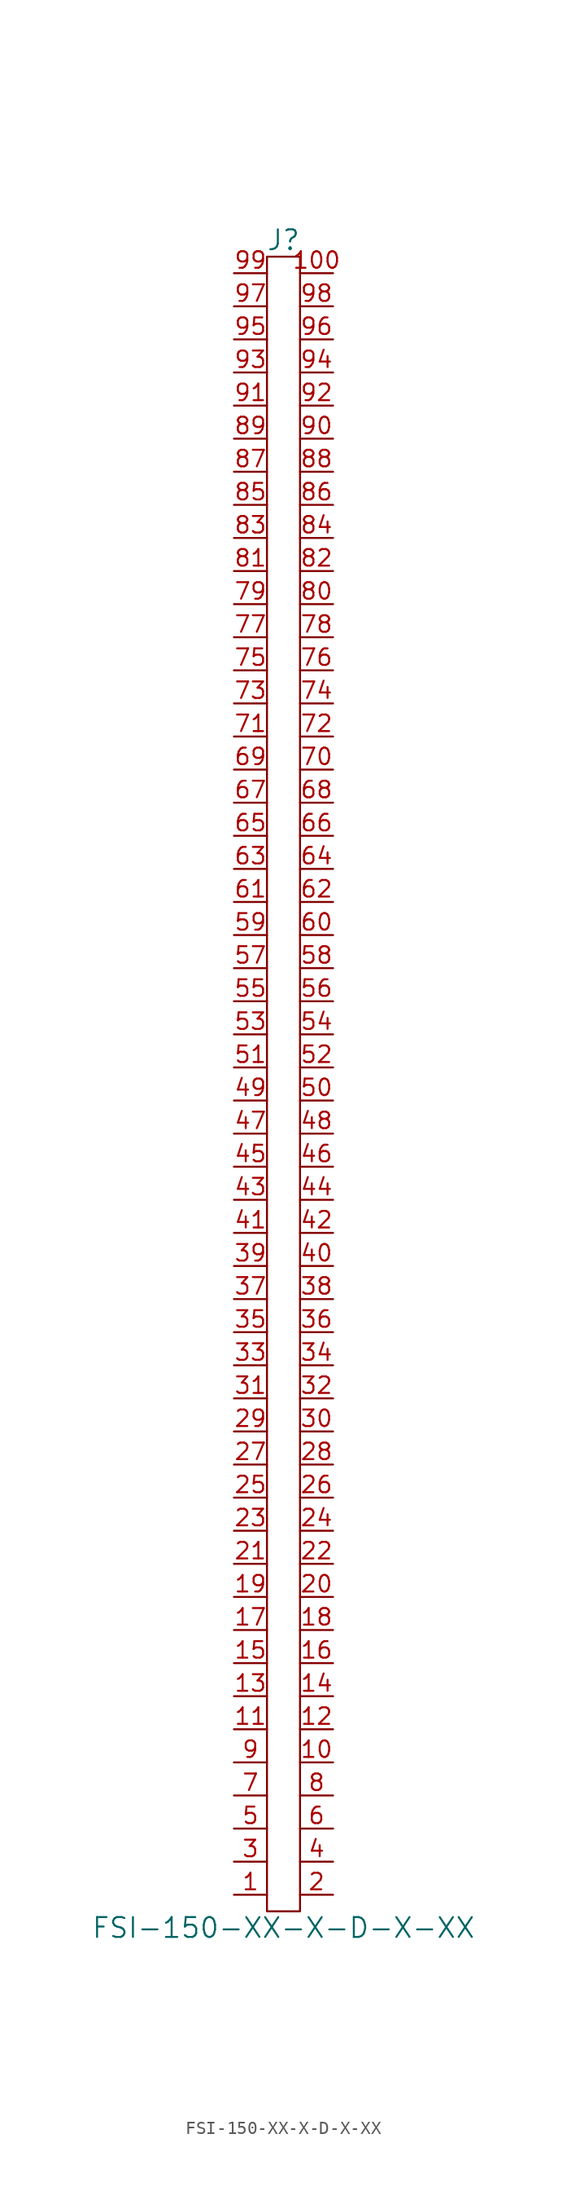
<source format=kicad_sym>
(kicad_symbol_lib
  (version 20231120)
  (generator "kicad_symbol_editor")
  (generator_version "8.0")
  (symbol "FSI-150-XX-X-D-X-XX"
    (property "Reference" "J"
      (at 0 64.77 0)
      (effects (font (size 1.524 1.524))))
    (property "Value" "FSI-150-XX-X-D-X-XX"
      (at 0 -64.77 0)
      (effects (font (size 1.524 1.524))))
    (symbol "FSI-150-XX-X-D-X-XX_0_1"
      (rectangle (start -1.27 63.5) (end 1.27 -63.5) (stroke (width 0) (type default)) (fill (type none))))
    (symbol "FSI-150-XX-X-D-X-XX_1_1"
      (pin passive line (at -3.81 -62.23 0) (length 2.54) (name "~" (effects (font (size 1.27 1.27)))) (number "1" (effects (font (size 1.27 1.27)))))
      (pin passive line (at 3.81 -52.07 180) (length 2.54) (name "~" (effects (font (size 1.27 1.27)))) (number "10" (effects (font (size 1.27 1.27)))))
      (pin passive line (at 3.81 62.23 180) (length 2.54) (name "~" (effects (font (size 1.27 1.27)))) (number "100" (effects (font (size 1.27 1.27)))))
      (pin passive line (at -3.81 -49.53 0) (length 2.54) (name "~" (effects (font (size 1.27 1.27)))) (number "11" (effects (font (size 1.27 1.27)))))
      (pin passive line (at 3.81 -49.53 180) (length 2.54) (name "~" (effects (font (size 1.27 1.27)))) (number "12" (effects (font (size 1.27 1.27)))))
      (pin passive line (at -3.81 -46.99 0) (length 2.54) (name "~" (effects (font (size 1.27 1.27)))) (number "13" (effects (font (size 1.27 1.27)))))
      (pin passive line (at 3.81 -46.99 180) (length 2.54) (name "~" (effects (font (size 1.27 1.27)))) (number "14" (effects (font (size 1.27 1.27)))))
      (pin passive line (at -3.81 -44.45 0) (length 2.54) (name "~" (effects (font (size 1.27 1.27)))) (number "15" (effects (font (size 1.27 1.27)))))
      (pin passive line (at 3.81 -44.45 180) (length 2.54) (name "~" (effects (font (size 1.27 1.27)))) (number "16" (effects (font (size 1.27 1.27)))))
      (pin passive line (at -3.81 -41.91 0) (length 2.54) (name "~" (effects (font (size 1.27 1.27)))) (number "17" (effects (font (size 1.27 1.27)))))
      (pin passive line (at 3.81 -41.91 180) (length 2.54) (name "~" (effects (font (size 1.27 1.27)))) (number "18" (effects (font (size 1.27 1.27)))))
      (pin passive line (at -3.81 -39.37 0) (length 2.54) (name "~" (effects (font (size 1.27 1.27)))) (number "19" (effects (font (size 1.27 1.27)))))
      (pin passive line (at 3.81 -62.23 180) (length 2.54) (name "~" (effects (font (size 1.27 1.27)))) (number "2" (effects (font (size 1.27 1.27)))))
      (pin passive line (at 3.81 -39.37 180) (length 2.54) (name "~" (effects (font (size 1.27 1.27)))) (number "20" (effects (font (size 1.27 1.27)))))
      (pin passive line (at -3.81 -36.83 0) (length 2.54) (name "~" (effects (font (size 1.27 1.27)))) (number "21" (effects (font (size 1.27 1.27)))))
      (pin passive line (at 3.81 -36.83 180) (length 2.54) (name "~" (effects (font (size 1.27 1.27)))) (number "22" (effects (font (size 1.27 1.27)))))
      (pin passive line (at -3.81 -34.29 0) (length 2.54) (name "~" (effects (font (size 1.27 1.27)))) (number "23" (effects (font (size 1.27 1.27)))))
      (pin passive line (at 3.81 -34.29 180) (length 2.54) (name "~" (effects (font (size 1.27 1.27)))) (number "24" (effects (font (size 1.27 1.27)))))
      (pin passive line (at -3.81 -31.75 0) (length 2.54) (name "~" (effects (font (size 1.27 1.27)))) (number "25" (effects (font (size 1.27 1.27)))))
      (pin passive line (at 3.81 -31.75 180) (length 2.54) (name "~" (effects (font (size 1.27 1.27)))) (number "26" (effects (font (size 1.27 1.27)))))
      (pin passive line (at -3.81 -29.21 0) (length 2.54) (name "~" (effects (font (size 1.27 1.27)))) (number "27" (effects (font (size 1.27 1.27)))))
      (pin passive line (at 3.81 -29.21 180) (length 2.54) (name "~" (effects (font (size 1.27 1.27)))) (number "28" (effects (font (size 1.27 1.27)))))
      (pin passive line (at -3.81 -26.67 0) (length 2.54) (name "~" (effects (font (size 1.27 1.27)))) (number "29" (effects (font (size 1.27 1.27)))))
      (pin passive line (at -3.81 -59.69 0) (length 2.54) (name "~" (effects (font (size 1.27 1.27)))) (number "3" (effects (font (size 1.27 1.27)))))
      (pin passive line (at 3.81 -26.67 180) (length 2.54) (name "~" (effects (font (size 1.27 1.27)))) (number "30" (effects (font (size 1.27 1.27)))))
      (pin passive line (at -3.81 -24.13 0) (length 2.54) (name "~" (effects (font (size 1.27 1.27)))) (number "31" (effects (font (size 1.27 1.27)))))
      (pin passive line (at 3.81 -24.13 180) (length 2.54) (name "~" (effects (font (size 1.27 1.27)))) (number "32" (effects (font (size 1.27 1.27)))))
      (pin passive line (at -3.81 -21.59 0) (length 2.54) (name "~" (effects (font (size 1.27 1.27)))) (number "33" (effects (font (size 1.27 1.27)))))
      (pin passive line (at 3.81 -21.59 180) (length 2.54) (name "~" (effects (font (size 1.27 1.27)))) (number "34" (effects (font (size 1.27 1.27)))))
      (pin passive line (at -3.81 -19.05 0) (length 2.54) (name "~" (effects (font (size 1.27 1.27)))) (number "35" (effects (font (size 1.27 1.27)))))
      (pin passive line (at 3.81 -19.05 180) (length 2.54) (name "~" (effects (font (size 1.27 1.27)))) (number "36" (effects (font (size 1.27 1.27)))))
      (pin passive line (at -3.81 -16.51 0) (length 2.54) (name "~" (effects (font (size 1.27 1.27)))) (number "37" (effects (font (size 1.27 1.27)))))
      (pin passive line (at 3.81 -16.51 180) (length 2.54) (name "~" (effects (font (size 1.27 1.27)))) (number "38" (effects (font (size 1.27 1.27)))))
      (pin passive line (at -3.81 -13.97 0) (length 2.54) (name "~" (effects (font (size 1.27 1.27)))) (number "39" (effects (font (size 1.27 1.27)))))
      (pin passive line (at 3.81 -59.69 180) (length 2.54) (name "~" (effects (font (size 1.27 1.27)))) (number "4" (effects (font (size 1.27 1.27)))))
      (pin passive line (at 3.81 -13.97 180) (length 2.54) (name "~" (effects (font (size 1.27 1.27)))) (number "40" (effects (font (size 1.27 1.27)))))
      (pin passive line (at -3.81 -11.43 0) (length 2.54) (name "~" (effects (font (size 1.27 1.27)))) (number "41" (effects (font (size 1.27 1.27)))))
      (pin passive line (at 3.81 -11.43 180) (length 2.54) (name "~" (effects (font (size 1.27 1.27)))) (number "42" (effects (font (size 1.27 1.27)))))
      (pin passive line (at -3.81 -8.89 0) (length 2.54) (name "~" (effects (font (size 1.27 1.27)))) (number "43" (effects (font (size 1.27 1.27)))))
      (pin passive line (at 3.81 -8.89 180) (length 2.54) (name "~" (effects (font (size 1.27 1.27)))) (number "44" (effects (font (size 1.27 1.27)))))
      (pin passive line (at -3.81 -6.35 0) (length 2.54) (name "~" (effects (font (size 1.27 1.27)))) (number "45" (effects (font (size 1.27 1.27)))))
      (pin passive line (at 3.81 -6.35 180) (length 2.54) (name "~" (effects (font (size 1.27 1.27)))) (number "46" (effects (font (size 1.27 1.27)))))
      (pin passive line (at -3.81 -3.81 0) (length 2.54) (name "~" (effects (font (size 1.27 1.27)))) (number "47" (effects (font (size 1.27 1.27)))))
      (pin passive line (at 3.81 -3.81 180) (length 2.54) (name "~" (effects (font (size 1.27 1.27)))) (number "48" (effects (font (size 1.27 1.27)))))
      (pin passive line (at -3.81 -1.27 0) (length 2.54) (name "~" (effects (font (size 1.27 1.27)))) (number "49" (effects (font (size 1.27 1.27)))))
      (pin passive line (at -3.81 -57.15 0) (length 2.54) (name "~" (effects (font (size 1.27 1.27)))) (number "5" (effects (font (size 1.27 1.27)))))
      (pin passive line (at 3.81 -1.27 180) (length 2.54) (name "~" (effects (font (size 1.27 1.27)))) (number "50" (effects (font (size 1.27 1.27)))))
      (pin passive line (at -3.81 1.27 0) (length 2.54) (name "~" (effects (font (size 1.27 1.27)))) (number "51" (effects (font (size 1.27 1.27)))))
      (pin passive line (at 3.81 1.27 180) (length 2.54) (name "~" (effects (font (size 1.27 1.27)))) (number "52" (effects (font (size 1.27 1.27)))))
      (pin passive line (at -3.81 3.81 0) (length 2.54) (name "~" (effects (font (size 1.27 1.27)))) (number "53" (effects (font (size 1.27 1.27)))))
      (pin passive line (at 3.81 3.81 180) (length 2.54) (name "~" (effects (font (size 1.27 1.27)))) (number "54" (effects (font (size 1.27 1.27)))))
      (pin passive line (at -3.81 6.35 0) (length 2.54) (name "~" (effects (font (size 1.27 1.27)))) (number "55" (effects (font (size 1.27 1.27)))))
      (pin passive line (at 3.81 6.35 180) (length 2.54) (name "~" (effects (font (size 1.27 1.27)))) (number "56" (effects (font (size 1.27 1.27)))))
      (pin passive line (at -3.81 8.89 0) (length 2.54) (name "~" (effects (font (size 1.27 1.27)))) (number "57" (effects (font (size 1.27 1.27)))))
      (pin passive line (at 3.81 8.89 180) (length 2.54) (name "~" (effects (font (size 1.27 1.27)))) (number "58" (effects (font (size 1.27 1.27)))))
      (pin passive line (at -3.81 11.43 0) (length 2.54) (name "~" (effects (font (size 1.27 1.27)))) (number "59" (effects (font (size 1.27 1.27)))))
      (pin passive line (at 3.81 -57.15 180) (length 2.54) (name "~" (effects (font (size 1.27 1.27)))) (number "6" (effects (font (size 1.27 1.27)))))
      (pin passive line (at 3.81 11.43 180) (length 2.54) (name "~" (effects (font (size 1.27 1.27)))) (number "60" (effects (font (size 1.27 1.27)))))
      (pin passive line (at -3.81 13.97 0) (length 2.54) (name "~" (effects (font (size 1.27 1.27)))) (number "61" (effects (font (size 1.27 1.27)))))
      (pin passive line (at 3.81 13.97 180) (length 2.54) (name "~" (effects (font (size 1.27 1.27)))) (number "62" (effects (font (size 1.27 1.27)))))
      (pin passive line (at -3.81 16.51 0) (length 2.54) (name "~" (effects (font (size 1.27 1.27)))) (number "63" (effects (font (size 1.27 1.27)))))
      (pin passive line (at 3.81 16.51 180) (length 2.54) (name "~" (effects (font (size 1.27 1.27)))) (number "64" (effects (font (size 1.27 1.27)))))
      (pin passive line (at -3.81 19.05 0) (length 2.54) (name "~" (effects (font (size 1.27 1.27)))) (number "65" (effects (font (size 1.27 1.27)))))
      (pin passive line (at 3.81 19.05 180) (length 2.54) (name "~" (effects (font (size 1.27 1.27)))) (number "66" (effects (font (size 1.27 1.27)))))
      (pin passive line (at -3.81 21.59 0) (length 2.54) (name "~" (effects (font (size 1.27 1.27)))) (number "67" (effects (font (size 1.27 1.27)))))
      (pin passive line (at 3.81 21.59 180) (length 2.54) (name "~" (effects (font (size 1.27 1.27)))) (number "68" (effects (font (size 1.27 1.27)))))
      (pin passive line (at -3.81 24.13 0) (length 2.54) (name "~" (effects (font (size 1.27 1.27)))) (number "69" (effects (font (size 1.27 1.27)))))
      (pin passive line (at -3.81 -54.61 0) (length 2.54) (name "~" (effects (font (size 1.27 1.27)))) (number "7" (effects (font (size 1.27 1.27)))))
      (pin passive line (at 3.81 24.13 180) (length 2.54) (name "~" (effects (font (size 1.27 1.27)))) (number "70" (effects (font (size 1.27 1.27)))))
      (pin passive line (at -3.81 26.67 0) (length 2.54) (name "~" (effects (font (size 1.27 1.27)))) (number "71" (effects (font (size 1.27 1.27)))))
      (pin passive line (at 3.81 26.67 180) (length 2.54) (name "~" (effects (font (size 1.27 1.27)))) (number "72" (effects (font (size 1.27 1.27)))))
      (pin passive line (at -3.81 29.21 0) (length 2.54) (name "~" (effects (font (size 1.27 1.27)))) (number "73" (effects (font (size 1.27 1.27)))))
      (pin passive line (at 3.81 29.21 180) (length 2.54) (name "~" (effects (font (size 1.27 1.27)))) (number "74" (effects (font (size 1.27 1.27)))))
      (pin passive line (at -3.81 31.75 0) (length 2.54) (name "~" (effects (font (size 1.27 1.27)))) (number "75" (effects (font (size 1.27 1.27)))))
      (pin passive line (at 3.81 31.75 180) (length 2.54) (name "~" (effects (font (size 1.27 1.27)))) (number "76" (effects (font (size 1.27 1.27)))))
      (pin passive line (at -3.81 34.29 0) (length 2.54) (name "~" (effects (font (size 1.27 1.27)))) (number "77" (effects (font (size 1.27 1.27)))))
      (pin passive line (at 3.81 34.29 180) (length 2.54) (name "~" (effects (font (size 1.27 1.27)))) (number "78" (effects (font (size 1.27 1.27)))))
      (pin passive line (at -3.81 36.83 0) (length 2.54) (name "~" (effects (font (size 1.27 1.27)))) (number "79" (effects (font (size 1.27 1.27)))))
      (pin passive line (at 3.81 -54.61 180) (length 2.54) (name "~" (effects (font (size 1.27 1.27)))) (number "8" (effects (font (size 1.27 1.27)))))
      (pin passive line (at 3.81 36.83 180) (length 2.54) (name "~" (effects (font (size 1.27 1.27)))) (number "80" (effects (font (size 1.27 1.27)))))
      (pin passive line (at -3.81 39.37 0) (length 2.54) (name "~" (effects (font (size 1.27 1.27)))) (number "81" (effects (font (size 1.27 1.27)))))
      (pin passive line (at 3.81 39.37 180) (length 2.54) (name "~" (effects (font (size 1.27 1.27)))) (number "82" (effects (font (size 1.27 1.27)))))
      (pin passive line (at -3.81 41.91 0) (length 2.54) (name "~" (effects (font (size 1.27 1.27)))) (number "83" (effects (font (size 1.27 1.27)))))
      (pin passive line (at 3.81 41.91 180) (length 2.54) (name "~" (effects (font (size 1.27 1.27)))) (number "84" (effects (font (size 1.27 1.27)))))
      (pin passive line (at -3.81 44.45 0) (length 2.54) (name "~" (effects (font (size 1.27 1.27)))) (number "85" (effects (font (size 1.27 1.27)))))
      (pin passive line (at 3.81 44.45 180) (length 2.54) (name "~" (effects (font (size 1.27 1.27)))) (number "86" (effects (font (size 1.27 1.27)))))
      (pin passive line (at -3.81 46.99 0) (length 2.54) (name "~" (effects (font (size 1.27 1.27)))) (number "87" (effects (font (size 1.27 1.27)))))
      (pin passive line (at 3.81 46.99 180) (length 2.54) (name "~" (effects (font (size 1.27 1.27)))) (number "88" (effects (font (size 1.27 1.27)))))
      (pin passive line (at -3.81 49.53 0) (length 2.54) (name "~" (effects (font (size 1.27 1.27)))) (number "89" (effects (font (size 1.27 1.27)))))
      (pin passive line (at -3.81 -52.07 0) (length 2.54) (name "~" (effects (font (size 1.27 1.27)))) (number "9" (effects (font (size 1.27 1.27)))))
      (pin passive line (at 3.81 49.53 180) (length 2.54) (name "~" (effects (font (size 1.27 1.27)))) (number "90" (effects (font (size 1.27 1.27)))))
      (pin passive line (at -3.81 52.07 0) (length 2.54) (name "~" (effects (font (size 1.27 1.27)))) (number "91" (effects (font (size 1.27 1.27)))))
      (pin passive line (at 3.81 52.07 180) (length 2.54) (name "~" (effects (font (size 1.27 1.27)))) (number "92" (effects (font (size 1.27 1.27)))))
      (pin passive line (at -3.81 54.61 0) (length 2.54) (name "~" (effects (font (size 1.27 1.27)))) (number "93" (effects (font (size 1.27 1.27)))))
      (pin passive line (at 3.81 54.61 180) (length 2.54) (name "~" (effects (font (size 1.27 1.27)))) (number "94" (effects (font (size 1.27 1.27)))))
      (pin passive line (at -3.81 57.15 0) (length 2.54) (name "~" (effects (font (size 1.27 1.27)))) (number "95" (effects (font (size 1.27 1.27)))))
      (pin passive line (at 3.81 57.15 180) (length 2.54) (name "~" (effects (font (size 1.27 1.27)))) (number "96" (effects (font (size 1.27 1.27)))))
      (pin passive line (at -3.81 59.69 0) (length 2.54) (name "~" (effects (font (size 1.27 1.27)))) (number "97" (effects (font (size 1.27 1.27)))))
      (pin passive line (at 3.81 59.69 180) (length 2.54) (name "~" (effects (font (size 1.27 1.27)))) (number "98" (effects (font (size 1.27 1.27)))))
      (pin passive line (at -3.81 62.23 0) (length 2.54) (name "~" (effects (font (size 1.27 1.27)))) (number "99" (effects (font (size 1.27 1.27))))))))
</source>
